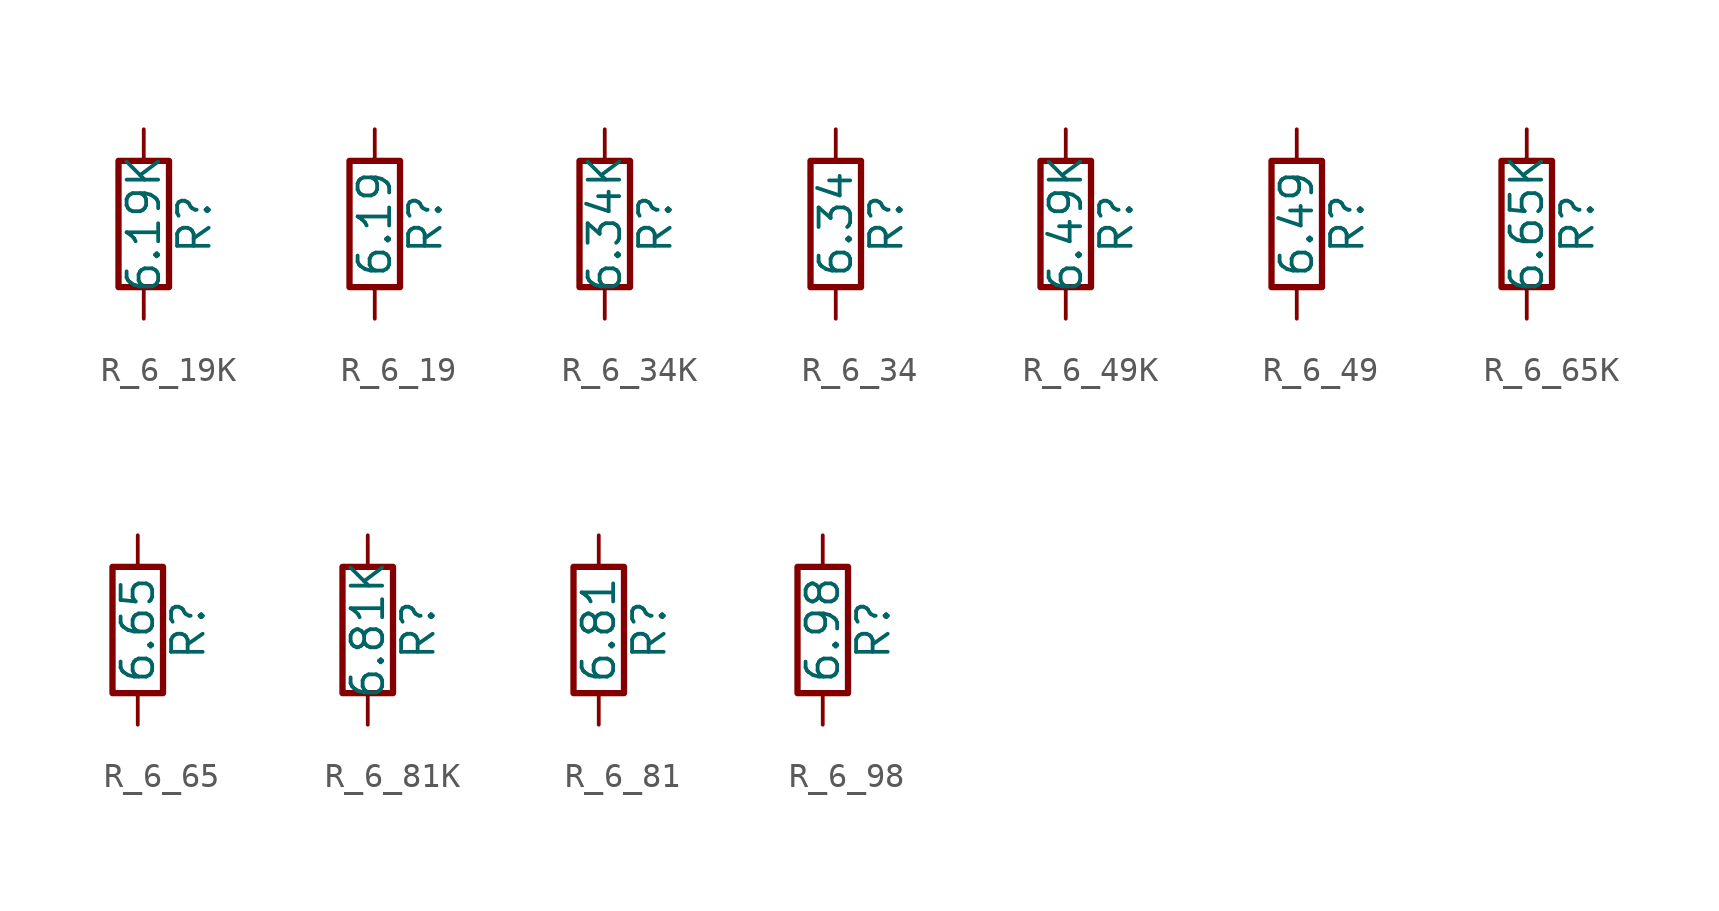
<source format=kicad_sym>
(kicad_symbol_lib
  (version 20211014)
  (generator atlantix-eda)
  (symbol "R_6_19K"
    (pin_numbers hide)
    (pin_names
      (offset 0))
    (property "Reference" "R"
      (at 2.032 0 90)
      (effects (font (size 1.27 1.27))))
    (property "Value" "6.19K"
      (at 0 0 90)
      (effects (font (size 1.27 1.27))))
    (symbol "R_6_19K_0_1"
      (rectangle (start -1.016 -2.54) (end 1.016 2.54) (stroke (width 0.254) (type default) (color 0 0 0 0)) (fill (type none))))
    (symbol "R_6_19K_1_1"
      (pin passive line (at 0 3.81 270) (length 1.27) (name "~" (effects (font (size 1.27 1.27)))) (number "1" (effects (font (size 1.27 1.27)))))
      (pin passive line (at 0 -3.81 90) (length 1.27) (name "~" (effects (font (size 1.27 1.27)))) (number "2" (effects (font (size 1.27 1.27)))))))
  (symbol "R_6_19"
    (pin_numbers hide)
    (pin_names
      (offset 0))
    (property "Reference" "R"
      (at 2.032 0 90)
      (effects (font (size 1.27 1.27))))
    (property "Value" "6.19"
      (at 0 0 90)
      (effects (font (size 1.27 1.27))))
    (symbol "R_6_19_0_1"
      (rectangle (start -1.016 -2.54) (end 1.016 2.54) (stroke (width 0.254) (type default) (color 0 0 0 0)) (fill (type none))))
    (symbol "R_6_19_1_1"
      (pin passive line (at 0 3.81 270) (length 1.27) (name "~" (effects (font (size 1.27 1.27)))) (number "1" (effects (font (size 1.27 1.27)))))
      (pin passive line (at 0 -3.81 90) (length 1.27) (name "~" (effects (font (size 1.27 1.27)))) (number "2" (effects (font (size 1.27 1.27)))))))
  (symbol "R_6_34K"
    (pin_numbers hide)
    (pin_names
      (offset 0))
    (property "Reference" "R"
      (at 2.032 0 90)
      (effects (font (size 1.27 1.27))))
    (property "Value" "6.34K"
      (at 0 0 90)
      (effects (font (size 1.27 1.27))))
    (symbol "R_6_34K_0_1"
      (rectangle (start -1.016 -2.54) (end 1.016 2.54) (stroke (width 0.254) (type default) (color 0 0 0 0)) (fill (type none))))
    (symbol "R_6_34K_1_1"
      (pin passive line (at 0 3.81 270) (length 1.27) (name "~" (effects (font (size 1.27 1.27)))) (number "1" (effects (font (size 1.27 1.27)))))
      (pin passive line (at 0 -3.81 90) (length 1.27) (name "~" (effects (font (size 1.27 1.27)))) (number "2" (effects (font (size 1.27 1.27)))))))
  (symbol "R_6_34"
    (pin_numbers hide)
    (pin_names
      (offset 0))
    (property "Reference" "R"
      (at 2.032 0 90)
      (effects (font (size 1.27 1.27))))
    (property "Value" "6.34"
      (at 0 0 90)
      (effects (font (size 1.27 1.27))))
    (symbol "R_6_34_0_1"
      (rectangle (start -1.016 -2.54) (end 1.016 2.54) (stroke (width 0.254) (type default) (color 0 0 0 0)) (fill (type none))))
    (symbol "R_6_34_1_1"
      (pin passive line (at 0 3.81 270) (length 1.27) (name "~" (effects (font (size 1.27 1.27)))) (number "1" (effects (font (size 1.27 1.27)))))
      (pin passive line (at 0 -3.81 90) (length 1.27) (name "~" (effects (font (size 1.27 1.27)))) (number "2" (effects (font (size 1.27 1.27)))))))
  (symbol "R_6_49K"
    (pin_numbers hide)
    (pin_names
      (offset 0))
    (property "Reference" "R"
      (at 2.032 0 90)
      (effects (font (size 1.27 1.27))))
    (property "Value" "6.49K"
      (at 0 0 90)
      (effects (font (size 1.27 1.27))))
    (symbol "R_6_49K_0_1"
      (rectangle (start -1.016 -2.54) (end 1.016 2.54) (stroke (width 0.254) (type default) (color 0 0 0 0)) (fill (type none))))
    (symbol "R_6_49K_1_1"
      (pin passive line (at 0 3.81 270) (length 1.27) (name "~" (effects (font (size 1.27 1.27)))) (number "1" (effects (font (size 1.27 1.27)))))
      (pin passive line (at 0 -3.81 90) (length 1.27) (name "~" (effects (font (size 1.27 1.27)))) (number "2" (effects (font (size 1.27 1.27)))))))
  (symbol "R_6_49"
    (pin_numbers hide)
    (pin_names
      (offset 0))
    (property "Reference" "R"
      (at 2.032 0 90)
      (effects (font (size 1.27 1.27))))
    (property "Value" "6.49"
      (at 0 0 90)
      (effects (font (size 1.27 1.27))))
    (symbol "R_6_49_0_1"
      (rectangle (start -1.016 -2.54) (end 1.016 2.54) (stroke (width 0.254) (type default) (color 0 0 0 0)) (fill (type none))))
    (symbol "R_6_49_1_1"
      (pin passive line (at 0 3.81 270) (length 1.27) (name "~" (effects (font (size 1.27 1.27)))) (number "1" (effects (font (size 1.27 1.27)))))
      (pin passive line (at 0 -3.81 90) (length 1.27) (name "~" (effects (font (size 1.27 1.27)))) (number "2" (effects (font (size 1.27 1.27)))))))
  (symbol "R_6_65K"
    (pin_numbers hide)
    (pin_names
      (offset 0))
    (property "Reference" "R"
      (at 2.032 0 90)
      (effects (font (size 1.27 1.27))))
    (property "Value" "6.65K"
      (at 0 0 90)
      (effects (font (size 1.27 1.27))))
    (symbol "R_6_65K_0_1"
      (rectangle (start -1.016 -2.54) (end 1.016 2.54) (stroke (width 0.254) (type default) (color 0 0 0 0)) (fill (type none))))
    (symbol "R_6_65K_1_1"
      (pin passive line (at 0 3.81 270) (length 1.27) (name "~" (effects (font (size 1.27 1.27)))) (number "1" (effects (font (size 1.27 1.27)))))
      (pin passive line (at 0 -3.81 90) (length 1.27) (name "~" (effects (font (size 1.27 1.27)))) (number "2" (effects (font (size 1.27 1.27)))))))
  (symbol "R_6_65"
    (pin_numbers hide)
    (pin_names
      (offset 0))
    (property "Reference" "R"
      (at 2.032 0 90)
      (effects (font (size 1.27 1.27))))
    (property "Value" "6.65"
      (at 0 0 90)
      (effects (font (size 1.27 1.27))))
    (symbol "R_6_65_0_1"
      (rectangle (start -1.016 -2.54) (end 1.016 2.54) (stroke (width 0.254) (type default) (color 0 0 0 0)) (fill (type none))))
    (symbol "R_6_65_1_1"
      (pin passive line (at 0 3.81 270) (length 1.27) (name "~" (effects (font (size 1.27 1.27)))) (number "1" (effects (font (size 1.27 1.27)))))
      (pin passive line (at 0 -3.81 90) (length 1.27) (name "~" (effects (font (size 1.27 1.27)))) (number "2" (effects (font (size 1.27 1.27)))))))
  (symbol "R_6_81K"
    (pin_numbers hide)
    (pin_names
      (offset 0))
    (property "Reference" "R"
      (at 2.032 0 90)
      (effects (font (size 1.27 1.27))))
    (property "Value" "6.81K"
      (at 0 0 90)
      (effects (font (size 1.27 1.27))))
    (symbol "R_6_81K_0_1"
      (rectangle (start -1.016 -2.54) (end 1.016 2.54) (stroke (width 0.254) (type default) (color 0 0 0 0)) (fill (type none))))
    (symbol "R_6_81K_1_1"
      (pin passive line (at 0 3.81 270) (length 1.27) (name "~" (effects (font (size 1.27 1.27)))) (number "1" (effects (font (size 1.27 1.27)))))
      (pin passive line (at 0 -3.81 90) (length 1.27) (name "~" (effects (font (size 1.27 1.27)))) (number "2" (effects (font (size 1.27 1.27)))))))
  (symbol "R_6_81"
    (pin_numbers hide)
    (pin_names
      (offset 0))
    (property "Reference" "R"
      (at 2.032 0 90)
      (effects (font (size 1.27 1.27))))
    (property "Value" "6.81"
      (at 0 0 90)
      (effects (font (size 1.27 1.27))))
    (symbol "R_6_81_0_1"
      (rectangle (start -1.016 -2.54) (end 1.016 2.54) (stroke (width 0.254) (type default) (color 0 0 0 0)) (fill (type none))))
    (symbol "R_6_81_1_1"
      (pin passive line (at 0 3.81 270) (length 1.27) (name "~" (effects (font (size 1.27 1.27)))) (number "1" (effects (font (size 1.27 1.27)))))
      (pin passive line (at 0 -3.81 90) (length 1.27) (name "~" (effects (font (size 1.27 1.27)))) (number "2" (effects (font (size 1.27 1.27)))))))
  (symbol "R_6_98"
    (pin_numbers hide)
    (pin_names
      (offset 0))
    (property "Reference" "R"
      (at 2.032 0 90)
      (effects (font (size 1.27 1.27))))
    (property "Value" "6.98"
      (at 0 0 90)
      (effects (font (size 1.27 1.27))))
    (symbol "R_6_98_0_1"
      (rectangle (start -1.016 -2.54) (end 1.016 2.54) (stroke (width 0.254) (type default) (color 0 0 0 0)) (fill (type none))))
    (symbol "R_6_98_1_1"
      (pin passive line (at 0 3.81 270) (length 1.27) (name "~" (effects (font (size 1.27 1.27)))) (number "1" (effects (font (size 1.27 1.27)))))
      (pin passive line (at 0 -3.81 90) (length 1.27) (name "~" (effects (font (size 1.27 1.27)))) (number "2" (effects (font (size 1.27 1.27))))))))
</source>
